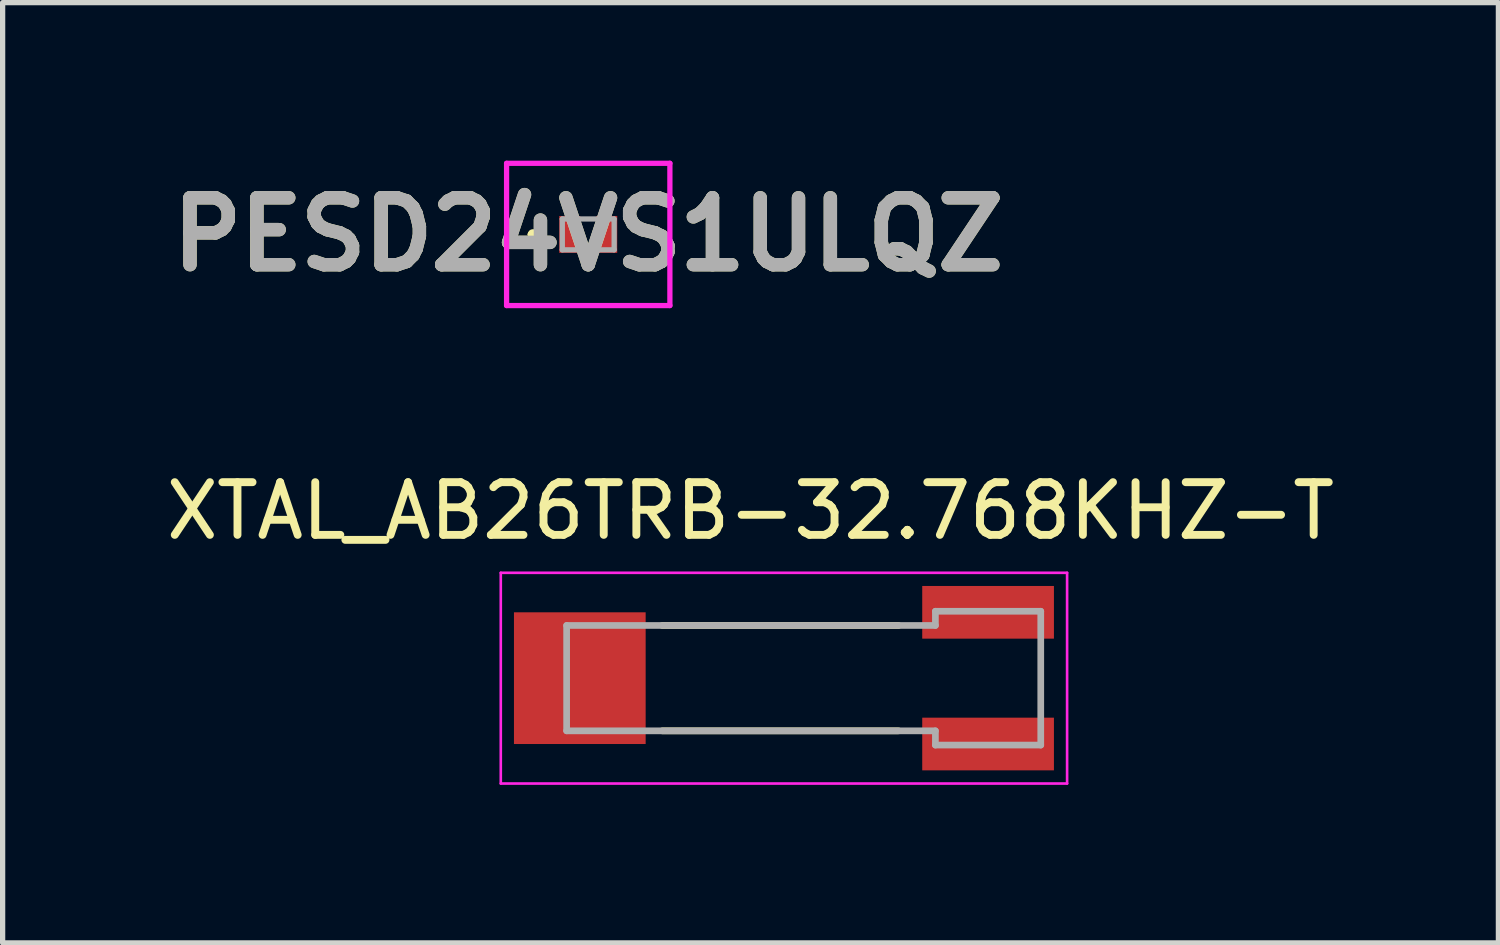
<source format=kicad_pcb>
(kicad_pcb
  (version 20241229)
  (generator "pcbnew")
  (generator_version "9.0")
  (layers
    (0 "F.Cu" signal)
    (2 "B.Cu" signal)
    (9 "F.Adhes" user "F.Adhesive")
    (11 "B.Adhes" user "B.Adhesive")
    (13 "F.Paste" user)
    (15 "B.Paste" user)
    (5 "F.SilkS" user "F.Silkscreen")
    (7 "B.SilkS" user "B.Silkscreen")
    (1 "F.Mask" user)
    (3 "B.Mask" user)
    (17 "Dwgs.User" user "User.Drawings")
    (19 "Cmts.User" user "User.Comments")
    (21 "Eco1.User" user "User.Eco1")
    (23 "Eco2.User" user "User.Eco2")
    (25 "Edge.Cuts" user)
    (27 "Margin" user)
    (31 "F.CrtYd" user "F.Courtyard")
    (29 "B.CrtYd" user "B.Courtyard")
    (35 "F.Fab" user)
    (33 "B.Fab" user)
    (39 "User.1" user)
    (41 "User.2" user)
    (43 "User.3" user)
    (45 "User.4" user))
  (footprint "PESD24VS1ULQZ"
    (layer "F.Cu")
    (at 8.116 1.4)
    (property "Reference" "PESD24VS1ULQZ" (at 0 0 0) (layer "F.SilkS") (effects (font (size 1.27 1.27) (thickness 0.254))))
    (attr smd)
    (fp_line (start -1.1 0) (end -1.1 0) (stroke (width 0.1) (type solid)) (layer "F.SilkS"))
    (fp_line (start -1 0) (end -1 0) (stroke (width 0.1) (type solid)) (layer "F.SilkS"))
    (fp_arc (start -1.1 0) (mid -1.05 -0.05) (end -1 0) (stroke (width 0.1) (type solid)) (layer "F.SilkS"))
    (fp_arc (start -1 0) (mid -1.05 0.05) (end -1.1 0) (stroke (width 0.1) (type solid)) (layer "F.SilkS"))
    (fp_line (start -1.55 -1.35) (end 1.55 -1.35) (stroke (width 0.1) (type solid)) (layer "F.CrtYd"))
    (fp_line (start -1.55 1.35) (end -1.55 -1.35) (stroke (width 0.1) (type solid)) (layer "F.CrtYd"))
    (fp_line (start 1.55 -1.35) (end 1.55 1.35) (stroke (width 0.1) (type solid)) (layer "F.CrtYd"))
    (fp_line (start 1.55 1.35) (end -1.55 1.35) (stroke (width 0.1) (type solid)) (layer "F.CrtYd"))
    (fp_line (start -0.492 -0.293) (end -0.492 0.292) (stroke (width 0.1) (type solid)) (layer "F.Fab"))
    (fp_line (start -0.492 0.292) (end 0.492 0.292) (stroke (width 0.1) (type solid)) (layer "F.Fab"))
    (fp_line (start 0.492 -0.293) (end -0.492 -0.293) (stroke (width 0.1) (type solid)) (layer "F.Fab"))
    (fp_line (start 0.492 0.292) (end 0.492 -0.293) (stroke (width 0.1) (type solid)) (layer "F.Fab"))
    (fp_text user "${REFERENCE}" (at 0 0 0) (layer "F.Fab") (effects (font (size 1.27 1.27) (thickness 0.254))))
    (pad "1" smd rect (at -0.35 0) (size 0.4 0.7) (layers "F.Cu" "F.Mask" "F.Paste"))
    (pad "2" smd rect (at 0.35 0) (size 0.4 0.7) (layers "F.Cu" "F.Mask" "F.Paste")))
  (footprint "XTAL_AB26TRB-32.768KHZ-T"
    (layer "F.Cu")
    (at 11.831 9.823)
    (property "Reference" "XTAL_AB26TRB-32.768KHZ-T" (at -0.635 -3.175 0) (layer "F.SilkS") (effects (font (size 1 1) (thickness 0.15))))
    (attr smd)
    (fp_line (start -2.31 -1) (end 2.175 -1) (stroke (width 0.127) (type solid)) (layer "F.SilkS"))
    (fp_line (start 2.175 1) (end -2.31 1) (stroke (width 0.127) (type solid)) (layer "F.SilkS"))
    (fp_line (start -5.375 -2) (end 5.375 -2) (stroke (width 0.05) (type solid)) (layer "F.CrtYd"))
    (fp_line (start -5.375 2) (end -5.375 -2) (stroke (width 0.05) (type solid)) (layer "F.CrtYd"))
    (fp_line (start 5.375 -2) (end 5.375 2) (stroke (width 0.05) (type solid)) (layer "F.CrtYd"))
    (fp_line (start 5.375 2) (end -5.375 2) (stroke (width 0.05) (type solid)) (layer "F.CrtYd"))
    (fp_line (start -4.125 -1) (end -4.125 1) (stroke (width 0.127) (type solid)) (layer "F.Fab"))
    (fp_line (start -4.125 -1) (end 2.875 -1) (stroke (width 0.127) (type solid)) (layer "F.Fab"))
    (fp_line (start 2.875 -1.27) (end 4.875 -1.27) (stroke (width 0.127) (type solid)) (layer "F.Fab"))
    (fp_line (start 2.875 -1) (end 2.875 -1.27) (stroke (width 0.127) (type solid)) (layer "F.Fab"))
    (fp_line (start 2.875 1) (end -4.125 1) (stroke (width 0.127) (type solid)) (layer "F.Fab"))
    (fp_line (start 2.875 1.27) (end 2.875 1) (stroke (width 0.127) (type solid)) (layer "F.Fab"))
    (fp_line (start 4.875 -1.27) (end 4.875 1.27) (stroke (width 0.127) (type solid)) (layer "F.Fab"))
    (fp_line (start 4.875 1.27) (end 2.875 1.27) (stroke (width 0.127) (type solid)) (layer "F.Fab"))
    (pad "1" smd rect (at 3.875 -1.25) (size 2.5 1) (layers "F.Cu" "F.Mask" "F.Paste"))
    (pad "2" smd rect (at 3.875 1.25) (size 2.5 1) (layers "F.Cu" "F.Mask" "F.Paste"))
    (pad "3" smd rect (at -3.875 0) (size 2.5 2.5) (layers "F.Cu" "F.Mask")))
  (gr_rect
    (start -3 -3)
    (end 25.393 14.848)
    (stroke (width 0.1) (type default))
    (fill no)
    (layer "Edge.Cuts")))
</source>
